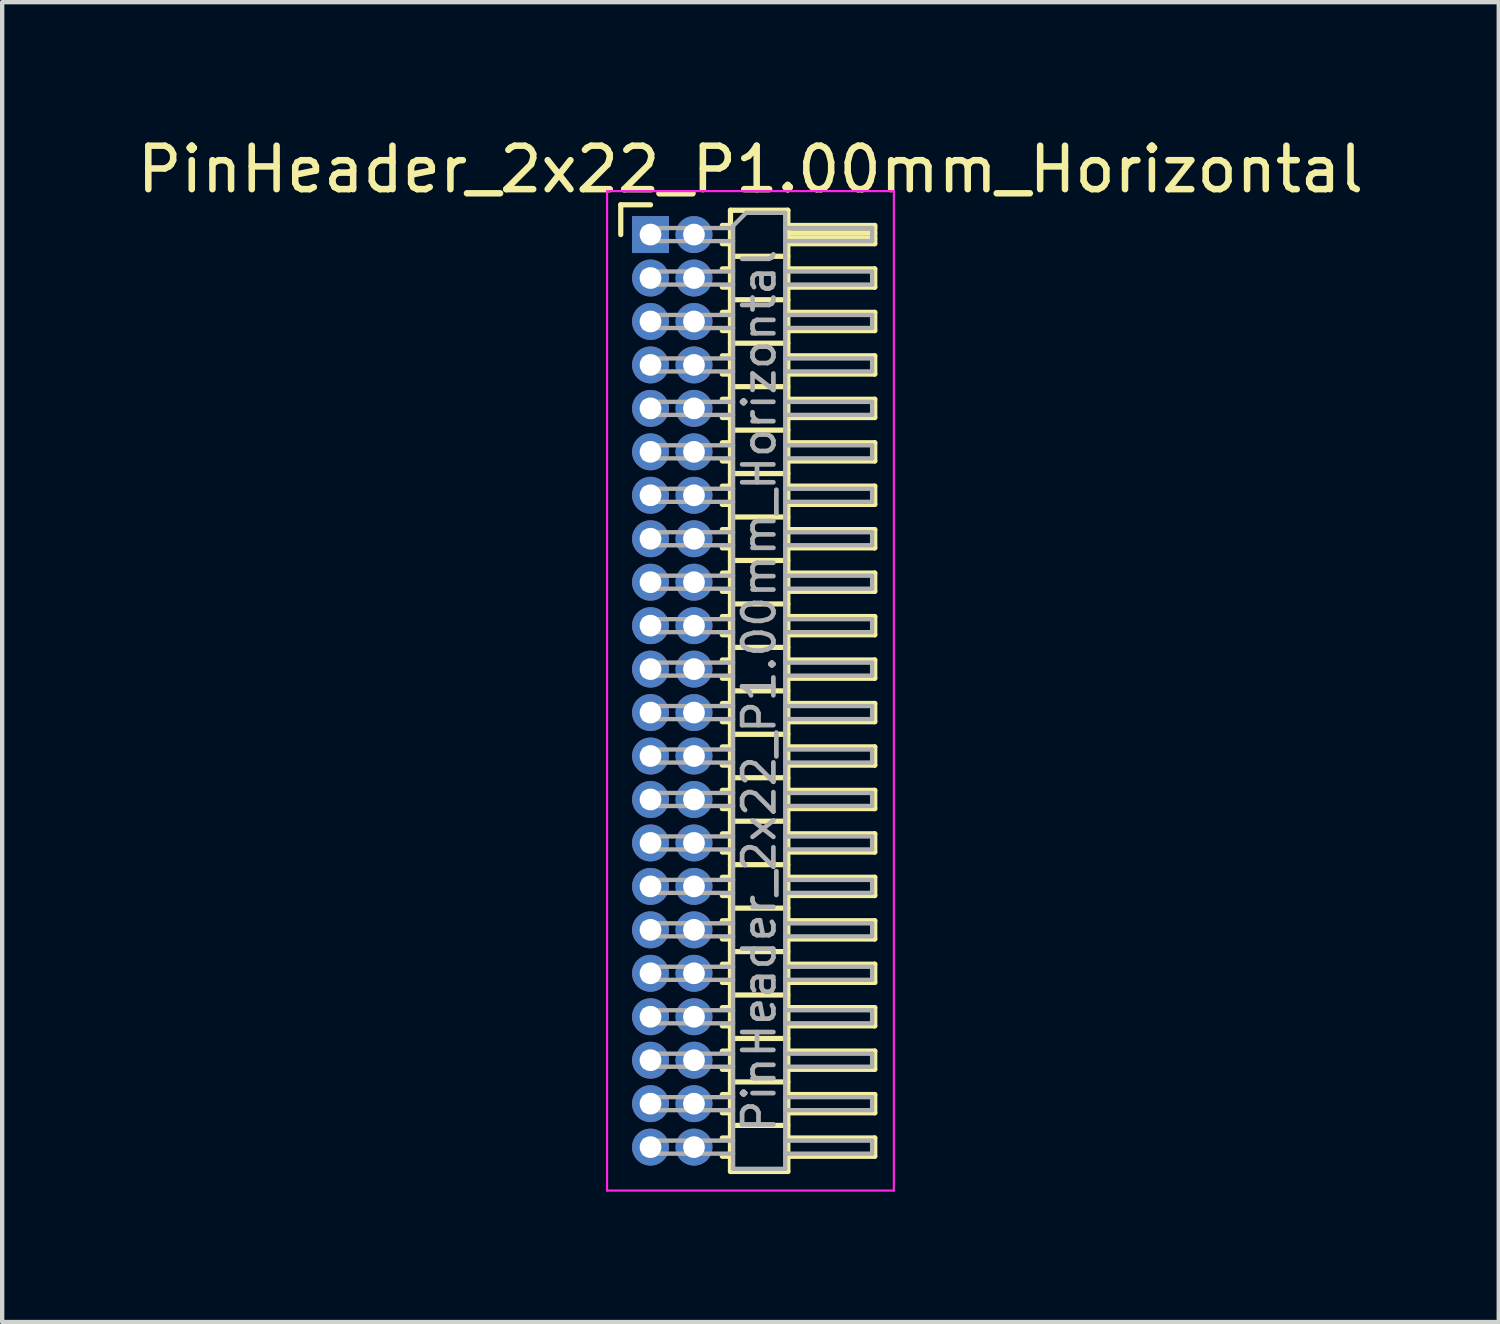
<source format=kicad_pcb>
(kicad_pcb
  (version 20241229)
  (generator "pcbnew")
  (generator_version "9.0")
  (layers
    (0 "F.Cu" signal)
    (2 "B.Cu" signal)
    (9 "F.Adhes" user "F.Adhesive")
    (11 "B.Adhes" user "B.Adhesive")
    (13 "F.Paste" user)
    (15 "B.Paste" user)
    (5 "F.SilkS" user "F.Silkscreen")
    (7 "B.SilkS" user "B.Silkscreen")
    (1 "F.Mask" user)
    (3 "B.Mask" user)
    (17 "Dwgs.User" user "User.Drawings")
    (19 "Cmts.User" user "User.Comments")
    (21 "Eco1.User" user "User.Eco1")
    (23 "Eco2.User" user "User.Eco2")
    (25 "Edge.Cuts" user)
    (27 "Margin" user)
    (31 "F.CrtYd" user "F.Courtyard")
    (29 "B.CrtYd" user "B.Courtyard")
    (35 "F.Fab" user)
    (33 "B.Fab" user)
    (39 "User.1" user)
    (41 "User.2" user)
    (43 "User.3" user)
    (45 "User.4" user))
  (footprint "PinHeader_2x22_P1.00mm_Horizontal"
    (layer "F.Cu")
    (at 11.92 2.348)
    (property "Reference" "PinHeader_2x22_P1.00mm_Horizontal" (at 2.3 -1.5 0) (layer "F.SilkS") (effects (font (size 1 1) (thickness 0.15))))
    (attr through_hole)
    (fp_line (start -0.685 -0.685) (end 0 -0.685) (stroke (width 0.12) (type solid)) (layer "F.SilkS"))
    (fp_line (start -0.685 0) (end -0.685 -0.685) (stroke (width 0.12) (type solid)) (layer "F.SilkS"))
    (fp_line (start 1.652 -0.21) (end 1.84 -0.21) (stroke (width 0.12) (type solid)) (layer "F.SilkS"))
    (fp_line (start 1.652 0.21) (end 1.84 0.21) (stroke (width 0.12) (type solid)) (layer "F.SilkS"))
    (fp_line (start 1.652 0.79) (end 1.84 0.79) (stroke (width 0.12) (type solid)) (layer "F.SilkS"))
    (fp_line (start 1.652 1.21) (end 1.84 1.21) (stroke (width 0.12) (type solid)) (layer "F.SilkS"))
    (fp_line (start 1.652 1.79) (end 1.84 1.79) (stroke (width 0.12) (type solid)) (layer "F.SilkS"))
    (fp_line (start 1.652 2.21) (end 1.84 2.21) (stroke (width 0.12) (type solid)) (layer "F.SilkS"))
    (fp_line (start 1.652 2.79) (end 1.84 2.79) (stroke (width 0.12) (type solid)) (layer "F.SilkS"))
    (fp_line (start 1.652 3.21) (end 1.84 3.21) (stroke (width 0.12) (type solid)) (layer "F.SilkS"))
    (fp_line (start 1.652 3.79) (end 1.84 3.79) (stroke (width 0.12) (type solid)) (layer "F.SilkS"))
    (fp_line (start 1.652 4.21) (end 1.84 4.21) (stroke (width 0.12) (type solid)) (layer "F.SilkS"))
    (fp_line (start 1.652 4.79) (end 1.84 4.79) (stroke (width 0.12) (type solid)) (layer "F.SilkS"))
    (fp_line (start 1.652 5.21) (end 1.84 5.21) (stroke (width 0.12) (type solid)) (layer "F.SilkS"))
    (fp_line (start 1.652 5.79) (end 1.84 5.79) (stroke (width 0.12) (type solid)) (layer "F.SilkS"))
    (fp_line (start 1.652 6.21) (end 1.84 6.21) (stroke (width 0.12) (type solid)) (layer "F.SilkS"))
    (fp_line (start 1.652 6.79) (end 1.84 6.79) (stroke (width 0.12) (type solid)) (layer "F.SilkS"))
    (fp_line (start 1.652 7.21) (end 1.84 7.21) (stroke (width 0.12) (type solid)) (layer "F.SilkS"))
    (fp_line (start 1.652 7.79) (end 1.84 7.79) (stroke (width 0.12) (type solid)) (layer "F.SilkS"))
    (fp_line (start 1.652 8.21) (end 1.84 8.21) (stroke (width 0.12) (type solid)) (layer "F.SilkS"))
    (fp_line (start 1.652 8.79) (end 1.84 8.79) (stroke (width 0.12) (type solid)) (layer "F.SilkS"))
    (fp_line (start 1.652 9.21) (end 1.84 9.21) (stroke (width 0.12) (type solid)) (layer "F.SilkS"))
    (fp_line (start 1.652 9.79) (end 1.84 9.79) (stroke (width 0.12) (type solid)) (layer "F.SilkS"))
    (fp_line (start 1.652 10.21) (end 1.84 10.21) (stroke (width 0.12) (type solid)) (layer "F.SilkS"))
    (fp_line (start 1.652 10.79) (end 1.84 10.79) (stroke (width 0.12) (type solid)) (layer "F.SilkS"))
    (fp_line (start 1.652 11.21) (end 1.84 11.21) (stroke (width 0.12) (type solid)) (layer "F.SilkS"))
    (fp_line (start 1.652 11.79) (end 1.84 11.79) (stroke (width 0.12) (type solid)) (layer "F.SilkS"))
    (fp_line (start 1.652 12.21) (end 1.84 12.21) (stroke (width 0.12) (type solid)) (layer "F.SilkS"))
    (fp_line (start 1.652 12.79) (end 1.84 12.79) (stroke (width 0.12) (type solid)) (layer "F.SilkS"))
    (fp_line (start 1.652 13.21) (end 1.84 13.21) (stroke (width 0.12) (type solid)) (layer "F.SilkS"))
    (fp_line (start 1.652 13.79) (end 1.84 13.79) (stroke (width 0.12) (type solid)) (layer "F.SilkS"))
    (fp_line (start 1.652 14.21) (end 1.84 14.21) (stroke (width 0.12) (type solid)) (layer "F.SilkS"))
    (fp_line (start 1.652 14.79) (end 1.84 14.79) (stroke (width 0.12) (type solid)) (layer "F.SilkS"))
    (fp_line (start 1.652 15.21) (end 1.84 15.21) (stroke (width 0.12) (type solid)) (layer "F.SilkS"))
    (fp_line (start 1.652 15.79) (end 1.84 15.79) (stroke (width 0.12) (type solid)) (layer "F.SilkS"))
    (fp_line (start 1.652 16.21) (end 1.84 16.21) (stroke (width 0.12) (type solid)) (layer "F.SilkS"))
    (fp_line (start 1.652 16.79) (end 1.84 16.79) (stroke (width 0.12) (type solid)) (layer "F.SilkS"))
    (fp_line (start 1.652 17.21) (end 1.84 17.21) (stroke (width 0.12) (type solid)) (layer "F.SilkS"))
    (fp_line (start 1.652 17.79) (end 1.84 17.79) (stroke (width 0.12) (type solid)) (layer "F.SilkS"))
    (fp_line (start 1.652 18.21) (end 1.84 18.21) (stroke (width 0.12) (type solid)) (layer "F.SilkS"))
    (fp_line (start 1.652 18.79) (end 1.84 18.79) (stroke (width 0.12) (type solid)) (layer "F.SilkS"))
    (fp_line (start 1.652 19.21) (end 1.84 19.21) (stroke (width 0.12) (type solid)) (layer "F.SilkS"))
    (fp_line (start 1.652 19.79) (end 1.84 19.79) (stroke (width 0.12) (type solid)) (layer "F.SilkS"))
    (fp_line (start 1.652 20.21) (end 1.84 20.21) (stroke (width 0.12) (type solid)) (layer "F.SilkS"))
    (fp_line (start 1.652 20.79) (end 1.84 20.79) (stroke (width 0.12) (type solid)) (layer "F.SilkS"))
    (fp_line (start 1.652 21.21) (end 1.84 21.21) (stroke (width 0.12) (type solid)) (layer "F.SilkS"))
    (fp_line (start 1.84 -0.56) (end 1.84 21.56) (stroke (width 0.12) (type solid)) (layer "F.SilkS"))
    (fp_line (start 1.84 0.5) (end 3.16 0.5) (stroke (width 0.12) (type solid)) (layer "F.SilkS"))
    (fp_line (start 1.84 1.5) (end 3.16 1.5) (stroke (width 0.12) (type solid)) (layer "F.SilkS"))
    (fp_line (start 1.84 2.5) (end 3.16 2.5) (stroke (width 0.12) (type solid)) (layer "F.SilkS"))
    (fp_line (start 1.84 3.5) (end 3.16 3.5) (stroke (width 0.12) (type solid)) (layer "F.SilkS"))
    (fp_line (start 1.84 4.5) (end 3.16 4.5) (stroke (width 0.12) (type solid)) (layer "F.SilkS"))
    (fp_line (start 1.84 5.5) (end 3.16 5.5) (stroke (width 0.12) (type solid)) (layer "F.SilkS"))
    (fp_line (start 1.84 6.5) (end 3.16 6.5) (stroke (width 0.12) (type solid)) (layer "F.SilkS"))
    (fp_line (start 1.84 7.5) (end 3.16 7.5) (stroke (width 0.12) (type solid)) (layer "F.SilkS"))
    (fp_line (start 1.84 8.5) (end 3.16 8.5) (stroke (width 0.12) (type solid)) (layer "F.SilkS"))
    (fp_line (start 1.84 9.5) (end 3.16 9.5) (stroke (width 0.12) (type solid)) (layer "F.SilkS"))
    (fp_line (start 1.84 10.5) (end 3.16 10.5) (stroke (width 0.12) (type solid)) (layer "F.SilkS"))
    (fp_line (start 1.84 11.5) (end 3.16 11.5) (stroke (width 0.12) (type solid)) (layer "F.SilkS"))
    (fp_line (start 1.84 12.5) (end 3.16 12.5) (stroke (width 0.12) (type solid)) (layer "F.SilkS"))
    (fp_line (start 1.84 13.5) (end 3.16 13.5) (stroke (width 0.12) (type solid)) (layer "F.SilkS"))
    (fp_line (start 1.84 14.5) (end 3.16 14.5) (stroke (width 0.12) (type solid)) (layer "F.SilkS"))
    (fp_line (start 1.84 15.5) (end 3.16 15.5) (stroke (width 0.12) (type solid)) (layer "F.SilkS"))
    (fp_line (start 1.84 16.5) (end 3.16 16.5) (stroke (width 0.12) (type solid)) (layer "F.SilkS"))
    (fp_line (start 1.84 17.5) (end 3.16 17.5) (stroke (width 0.12) (type solid)) (layer "F.SilkS"))
    (fp_line (start 1.84 18.5) (end 3.16 18.5) (stroke (width 0.12) (type solid)) (layer "F.SilkS"))
    (fp_line (start 1.84 19.5) (end 3.16 19.5) (stroke (width 0.12) (type solid)) (layer "F.SilkS"))
    (fp_line (start 1.84 20.5) (end 3.16 20.5) (stroke (width 0.12) (type solid)) (layer "F.SilkS"))
    (fp_line (start 1.84 21.56) (end 3.16 21.56) (stroke (width 0.12) (type solid)) (layer "F.SilkS"))
    (fp_line (start 3.16 -0.56) (end 1.84 -0.56) (stroke (width 0.12) (type solid)) (layer "F.SilkS"))
    (fp_line (start 3.16 -0.21) (end 5.16 -0.21) (stroke (width 0.12) (type solid)) (layer "F.SilkS"))
    (fp_line (start 3.16 -0.15) (end 5.16 -0.15) (stroke (width 0.12) (type solid)) (layer "F.SilkS"))
    (fp_line (start 3.16 -0.03) (end 5.16 -0.03) (stroke (width 0.12) (type solid)) (layer "F.SilkS"))
    (fp_line (start 3.16 0.09) (end 5.16 0.09) (stroke (width 0.12) (type solid)) (layer "F.SilkS"))
    (fp_line (start 3.16 0.79) (end 5.16 0.79) (stroke (width 0.12) (type solid)) (layer "F.SilkS"))
    (fp_line (start 3.16 1.79) (end 5.16 1.79) (stroke (width 0.12) (type solid)) (layer "F.SilkS"))
    (fp_line (start 3.16 2.79) (end 5.16 2.79) (stroke (width 0.12) (type solid)) (layer "F.SilkS"))
    (fp_line (start 3.16 3.79) (end 5.16 3.79) (stroke (width 0.12) (type solid)) (layer "F.SilkS"))
    (fp_line (start 3.16 4.79) (end 5.16 4.79) (stroke (width 0.12) (type solid)) (layer "F.SilkS"))
    (fp_line (start 3.16 5.79) (end 5.16 5.79) (stroke (width 0.12) (type solid)) (layer "F.SilkS"))
    (fp_line (start 3.16 6.79) (end 5.16 6.79) (stroke (width 0.12) (type solid)) (layer "F.SilkS"))
    (fp_line (start 3.16 7.79) (end 5.16 7.79) (stroke (width 0.12) (type solid)) (layer "F.SilkS"))
    (fp_line (start 3.16 8.79) (end 5.16 8.79) (stroke (width 0.12) (type solid)) (layer "F.SilkS"))
    (fp_line (start 3.16 9.79) (end 5.16 9.79) (stroke (width 0.12) (type solid)) (layer "F.SilkS"))
    (fp_line (start 3.16 10.79) (end 5.16 10.79) (stroke (width 0.12) (type solid)) (layer "F.SilkS"))
    (fp_line (start 3.16 11.79) (end 5.16 11.79) (stroke (width 0.12) (type solid)) (layer "F.SilkS"))
    (fp_line (start 3.16 12.79) (end 5.16 12.79) (stroke (width 0.12) (type solid)) (layer "F.SilkS"))
    (fp_line (start 3.16 13.79) (end 5.16 13.79) (stroke (width 0.12) (type solid)) (layer "F.SilkS"))
    (fp_line (start 3.16 14.79) (end 5.16 14.79) (stroke (width 0.12) (type solid)) (layer "F.SilkS"))
    (fp_line (start 3.16 15.79) (end 5.16 15.79) (stroke (width 0.12) (type solid)) (layer "F.SilkS"))
    (fp_line (start 3.16 16.79) (end 5.16 16.79) (stroke (width 0.12) (type solid)) (layer "F.SilkS"))
    (fp_line (start 3.16 17.79) (end 5.16 17.79) (stroke (width 0.12) (type solid)) (layer "F.SilkS"))
    (fp_line (start 3.16 18.79) (end 5.16 18.79) (stroke (width 0.12) (type solid)) (layer "F.SilkS"))
    (fp_line (start 3.16 19.79) (end 5.16 19.79) (stroke (width 0.12) (type solid)) (layer "F.SilkS"))
    (fp_line (start 3.16 20.79) (end 5.16 20.79) (stroke (width 0.12) (type solid)) (layer "F.SilkS"))
    (fp_line (start 3.16 21.56) (end 3.16 -0.56) (stroke (width 0.12) (type solid)) (layer "F.SilkS"))
    (fp_line (start 5.16 -0.21) (end 5.16 0.21) (stroke (width 0.12) (type solid)) (layer "F.SilkS"))
    (fp_line (start 5.16 0.21) (end 3.16 0.21) (stroke (width 0.12) (type solid)) (layer "F.SilkS"))
    (fp_line (start 5.16 0.79) (end 5.16 1.21) (stroke (width 0.12) (type solid)) (layer "F.SilkS"))
    (fp_line (start 5.16 1.21) (end 3.16 1.21) (stroke (width 0.12) (type solid)) (layer "F.SilkS"))
    (fp_line (start 5.16 1.79) (end 5.16 2.21) (stroke (width 0.12) (type solid)) (layer "F.SilkS"))
    (fp_line (start 5.16 2.21) (end 3.16 2.21) (stroke (width 0.12) (type solid)) (layer "F.SilkS"))
    (fp_line (start 5.16 2.79) (end 5.16 3.21) (stroke (width 0.12) (type solid)) (layer "F.SilkS"))
    (fp_line (start 5.16 3.21) (end 3.16 3.21) (stroke (width 0.12) (type solid)) (layer "F.SilkS"))
    (fp_line (start 5.16 3.79) (end 5.16 4.21) (stroke (width 0.12) (type solid)) (layer "F.SilkS"))
    (fp_line (start 5.16 4.21) (end 3.16 4.21) (stroke (width 0.12) (type solid)) (layer "F.SilkS"))
    (fp_line (start 5.16 4.79) (end 5.16 5.21) (stroke (width 0.12) (type solid)) (layer "F.SilkS"))
    (fp_line (start 5.16 5.21) (end 3.16 5.21) (stroke (width 0.12) (type solid)) (layer "F.SilkS"))
    (fp_line (start 5.16 5.79) (end 5.16 6.21) (stroke (width 0.12) (type solid)) (layer "F.SilkS"))
    (fp_line (start 5.16 6.21) (end 3.16 6.21) (stroke (width 0.12) (type solid)) (layer "F.SilkS"))
    (fp_line (start 5.16 6.79) (end 5.16 7.21) (stroke (width 0.12) (type solid)) (layer "F.SilkS"))
    (fp_line (start 5.16 7.21) (end 3.16 7.21) (stroke (width 0.12) (type solid)) (layer "F.SilkS"))
    (fp_line (start 5.16 7.79) (end 5.16 8.21) (stroke (width 0.12) (type solid)) (layer "F.SilkS"))
    (fp_line (start 5.16 8.21) (end 3.16 8.21) (stroke (width 0.12) (type solid)) (layer "F.SilkS"))
    (fp_line (start 5.16 8.79) (end 5.16 9.21) (stroke (width 0.12) (type solid)) (layer "F.SilkS"))
    (fp_line (start 5.16 9.21) (end 3.16 9.21) (stroke (width 0.12) (type solid)) (layer "F.SilkS"))
    (fp_line (start 5.16 9.79) (end 5.16 10.21) (stroke (width 0.12) (type solid)) (layer "F.SilkS"))
    (fp_line (start 5.16 10.21) (end 3.16 10.21) (stroke (width 0.12) (type solid)) (layer "F.SilkS"))
    (fp_line (start 5.16 10.79) (end 5.16 11.21) (stroke (width 0.12) (type solid)) (layer "F.SilkS"))
    (fp_line (start 5.16 11.21) (end 3.16 11.21) (stroke (width 0.12) (type solid)) (layer "F.SilkS"))
    (fp_line (start 5.16 11.79) (end 5.16 12.21) (stroke (width 0.12) (type solid)) (layer "F.SilkS"))
    (fp_line (start 5.16 12.21) (end 3.16 12.21) (stroke (width 0.12) (type solid)) (layer "F.SilkS"))
    (fp_line (start 5.16 12.79) (end 5.16 13.21) (stroke (width 0.12) (type solid)) (layer "F.SilkS"))
    (fp_line (start 5.16 13.21) (end 3.16 13.21) (stroke (width 0.12) (type solid)) (layer "F.SilkS"))
    (fp_line (start 5.16 13.79) (end 5.16 14.21) (stroke (width 0.12) (type solid)) (layer "F.SilkS"))
    (fp_line (start 5.16 14.21) (end 3.16 14.21) (stroke (width 0.12) (type solid)) (layer "F.SilkS"))
    (fp_line (start 5.16 14.79) (end 5.16 15.21) (stroke (width 0.12) (type solid)) (layer "F.SilkS"))
    (fp_line (start 5.16 15.21) (end 3.16 15.21) (stroke (width 0.12) (type solid)) (layer "F.SilkS"))
    (fp_line (start 5.16 15.79) (end 5.16 16.21) (stroke (width 0.12) (type solid)) (layer "F.SilkS"))
    (fp_line (start 5.16 16.21) (end 3.16 16.21) (stroke (width 0.12) (type solid)) (layer "F.SilkS"))
    (fp_line (start 5.16 16.79) (end 5.16 17.21) (stroke (width 0.12) (type solid)) (layer "F.SilkS"))
    (fp_line (start 5.16 17.21) (end 3.16 17.21) (stroke (width 0.12) (type solid)) (layer "F.SilkS"))
    (fp_line (start 5.16 17.79) (end 5.16 18.21) (stroke (width 0.12) (type solid)) (layer "F.SilkS"))
    (fp_line (start 5.16 18.21) (end 3.16 18.21) (stroke (width 0.12) (type solid)) (layer "F.SilkS"))
    (fp_line (start 5.16 18.79) (end 5.16 19.21) (stroke (width 0.12) (type solid)) (layer "F.SilkS"))
    (fp_line (start 5.16 19.21) (end 3.16 19.21) (stroke (width 0.12) (type solid)) (layer "F.SilkS"))
    (fp_line (start 5.16 19.79) (end 5.16 20.21) (stroke (width 0.12) (type solid)) (layer "F.SilkS"))
    (fp_line (start 5.16 20.21) (end 3.16 20.21) (stroke (width 0.12) (type solid)) (layer "F.SilkS"))
    (fp_line (start 5.16 20.79) (end 5.16 21.21) (stroke (width 0.12) (type solid)) (layer "F.SilkS"))
    (fp_line (start 5.16 21.21) (end 3.16 21.21) (stroke (width 0.12) (type solid)) (layer "F.SilkS"))
    (fp_line (start -1 -1) (end -1 22) (stroke (width 0.05) (type solid)) (layer "F.CrtYd"))
    (fp_line (start -1 22) (end 5.6 22) (stroke (width 0.05) (type solid)) (layer "F.CrtYd"))
    (fp_line (start 5.6 -1) (end -1 -1) (stroke (width 0.05) (type solid)) (layer "F.CrtYd"))
    (fp_line (start 5.6 22) (end 5.6 -1) (stroke (width 0.05) (type solid)) (layer "F.CrtYd"))
    (fp_line (start -0.15 -0.15) (end -0.15 0.15) (stroke (width 0.1) (type solid)) (layer "F.Fab"))
    (fp_line (start -0.15 -0.15) (end 1.9 -0.15) (stroke (width 0.1) (type solid)) (layer "F.Fab"))
    (fp_line (start -0.15 0.15) (end 1.9 0.15) (stroke (width 0.1) (type solid)) (layer "F.Fab"))
    (fp_line (start -0.15 0.85) (end -0.15 1.15) (stroke (width 0.1) (type solid)) (layer "F.Fab"))
    (fp_line (start -0.15 0.85) (end 1.9 0.85) (stroke (width 0.1) (type solid)) (layer "F.Fab"))
    (fp_line (start -0.15 1.15) (end 1.9 1.15) (stroke (width 0.1) (type solid)) (layer "F.Fab"))
    (fp_line (start -0.15 1.85) (end -0.15 2.15) (stroke (width 0.1) (type solid)) (layer "F.Fab"))
    (fp_line (start -0.15 1.85) (end 1.9 1.85) (stroke (width 0.1) (type solid)) (layer "F.Fab"))
    (fp_line (start -0.15 2.15) (end 1.9 2.15) (stroke (width 0.1) (type solid)) (layer "F.Fab"))
    (fp_line (start -0.15 2.85) (end -0.15 3.15) (stroke (width 0.1) (type solid)) (layer "F.Fab"))
    (fp_line (start -0.15 2.85) (end 1.9 2.85) (stroke (width 0.1) (type solid)) (layer "F.Fab"))
    (fp_line (start -0.15 3.15) (end 1.9 3.15) (stroke (width 0.1) (type solid)) (layer "F.Fab"))
    (fp_line (start -0.15 3.85) (end -0.15 4.15) (stroke (width 0.1) (type solid)) (layer "F.Fab"))
    (fp_line (start -0.15 3.85) (end 1.9 3.85) (stroke (width 0.1) (type solid)) (layer "F.Fab"))
    (fp_line (start -0.15 4.15) (end 1.9 4.15) (stroke (width 0.1) (type solid)) (layer "F.Fab"))
    (fp_line (start -0.15 4.85) (end -0.15 5.15) (stroke (width 0.1) (type solid)) (layer "F.Fab"))
    (fp_line (start -0.15 4.85) (end 1.9 4.85) (stroke (width 0.1) (type solid)) (layer "F.Fab"))
    (fp_line (start -0.15 5.15) (end 1.9 5.15) (stroke (width 0.1) (type solid)) (layer "F.Fab"))
    (fp_line (start -0.15 5.85) (end -0.15 6.15) (stroke (width 0.1) (type solid)) (layer "F.Fab"))
    (fp_line (start -0.15 5.85) (end 1.9 5.85) (stroke (width 0.1) (type solid)) (layer "F.Fab"))
    (fp_line (start -0.15 6.15) (end 1.9 6.15) (stroke (width 0.1) (type solid)) (layer "F.Fab"))
    (fp_line (start -0.15 6.85) (end -0.15 7.15) (stroke (width 0.1) (type solid)) (layer "F.Fab"))
    (fp_line (start -0.15 6.85) (end 1.9 6.85) (stroke (width 0.1) (type solid)) (layer "F.Fab"))
    (fp_line (start -0.15 7.15) (end 1.9 7.15) (stroke (width 0.1) (type solid)) (layer "F.Fab"))
    (fp_line (start -0.15 7.85) (end -0.15 8.15) (stroke (width 0.1) (type solid)) (layer "F.Fab"))
    (fp_line (start -0.15 7.85) (end 1.9 7.85) (stroke (width 0.1) (type solid)) (layer "F.Fab"))
    (fp_line (start -0.15 8.15) (end 1.9 8.15) (stroke (width 0.1) (type solid)) (layer "F.Fab"))
    (fp_line (start -0.15 8.85) (end -0.15 9.15) (stroke (width 0.1) (type solid)) (layer "F.Fab"))
    (fp_line (start -0.15 8.85) (end 1.9 8.85) (stroke (width 0.1) (type solid)) (layer "F.Fab"))
    (fp_line (start -0.15 9.15) (end 1.9 9.15) (stroke (width 0.1) (type solid)) (layer "F.Fab"))
    (fp_line (start -0.15 9.85) (end -0.15 10.15) (stroke (width 0.1) (type solid)) (layer "F.Fab"))
    (fp_line (start -0.15 9.85) (end 1.9 9.85) (stroke (width 0.1) (type solid)) (layer "F.Fab"))
    (fp_line (start -0.15 10.15) (end 1.9 10.15) (stroke (width 0.1) (type solid)) (layer "F.Fab"))
    (fp_line (start -0.15 10.85) (end -0.15 11.15) (stroke (width 0.1) (type solid)) (layer "F.Fab"))
    (fp_line (start -0.15 10.85) (end 1.9 10.85) (stroke (width 0.1) (type solid)) (layer "F.Fab"))
    (fp_line (start -0.15 11.15) (end 1.9 11.15) (stroke (width 0.1) (type solid)) (layer "F.Fab"))
    (fp_line (start -0.15 11.85) (end -0.15 12.15) (stroke (width 0.1) (type solid)) (layer "F.Fab"))
    (fp_line (start -0.15 11.85) (end 1.9 11.85) (stroke (width 0.1) (type solid)) (layer "F.Fab"))
    (fp_line (start -0.15 12.15) (end 1.9 12.15) (stroke (width 0.1) (type solid)) (layer "F.Fab"))
    (fp_line (start -0.15 12.85) (end -0.15 13.15) (stroke (width 0.1) (type solid)) (layer "F.Fab"))
    (fp_line (start -0.15 12.85) (end 1.9 12.85) (stroke (width 0.1) (type solid)) (layer "F.Fab"))
    (fp_line (start -0.15 13.15) (end 1.9 13.15) (stroke (width 0.1) (type solid)) (layer "F.Fab"))
    (fp_line (start -0.15 13.85) (end -0.15 14.15) (stroke (width 0.1) (type solid)) (layer "F.Fab"))
    (fp_line (start -0.15 13.85) (end 1.9 13.85) (stroke (width 0.1) (type solid)) (layer "F.Fab"))
    (fp_line (start -0.15 14.15) (end 1.9 14.15) (stroke (width 0.1) (type solid)) (layer "F.Fab"))
    (fp_line (start -0.15 14.85) (end -0.15 15.15) (stroke (width 0.1) (type solid)) (layer "F.Fab"))
    (fp_line (start -0.15 14.85) (end 1.9 14.85) (stroke (width 0.1) (type solid)) (layer "F.Fab"))
    (fp_line (start -0.15 15.15) (end 1.9 15.15) (stroke (width 0.1) (type solid)) (layer "F.Fab"))
    (fp_line (start -0.15 15.85) (end -0.15 16.15) (stroke (width 0.1) (type solid)) (layer "F.Fab"))
    (fp_line (start -0.15 15.85) (end 1.9 15.85) (stroke (width 0.1) (type solid)) (layer "F.Fab"))
    (fp_line (start -0.15 16.15) (end 1.9 16.15) (stroke (width 0.1) (type solid)) (layer "F.Fab"))
    (fp_line (start -0.15 16.85) (end -0.15 17.15) (stroke (width 0.1) (type solid)) (layer "F.Fab"))
    (fp_line (start -0.15 16.85) (end 1.9 16.85) (stroke (width 0.1) (type solid)) (layer "F.Fab"))
    (fp_line (start -0.15 17.15) (end 1.9 17.15) (stroke (width 0.1) (type solid)) (layer "F.Fab"))
    (fp_line (start -0.15 17.85) (end -0.15 18.15) (stroke (width 0.1) (type solid)) (layer "F.Fab"))
    (fp_line (start -0.15 17.85) (end 1.9 17.85) (stroke (width 0.1) (type solid)) (layer "F.Fab"))
    (fp_line (start -0.15 18.15) (end 1.9 18.15) (stroke (width 0.1) (type solid)) (layer "F.Fab"))
    (fp_line (start -0.15 18.85) (end -0.15 19.15) (stroke (width 0.1) (type solid)) (layer "F.Fab"))
    (fp_line (start -0.15 18.85) (end 1.9 18.85) (stroke (width 0.1) (type solid)) (layer "F.Fab"))
    (fp_line (start -0.15 19.15) (end 1.9 19.15) (stroke (width 0.1) (type solid)) (layer "F.Fab"))
    (fp_line (start -0.15 19.85) (end -0.15 20.15) (stroke (width 0.1) (type solid)) (layer "F.Fab"))
    (fp_line (start -0.15 19.85) (end 1.9 19.85) (stroke (width 0.1) (type solid)) (layer "F.Fab"))
    (fp_line (start -0.15 20.15) (end 1.9 20.15) (stroke (width 0.1) (type solid)) (layer "F.Fab"))
    (fp_line (start -0.15 20.85) (end -0.15 21.15) (stroke (width 0.1) (type solid)) (layer "F.Fab"))
    (fp_line (start -0.15 20.85) (end 1.9 20.85) (stroke (width 0.1) (type solid)) (layer "F.Fab"))
    (fp_line (start -0.15 21.15) (end 1.9 21.15) (stroke (width 0.1) (type solid)) (layer "F.Fab"))
    (fp_line (start 1.9 -0.2) (end 2.2 -0.5) (stroke (width 0.1) (type solid)) (layer "F.Fab"))
    (fp_line (start 1.9 21.5) (end 1.9 -0.2) (stroke (width 0.1) (type solid)) (layer "F.Fab"))
    (fp_line (start 2.2 -0.5) (end 3.1 -0.5) (stroke (width 0.1) (type solid)) (layer "F.Fab"))
    (fp_line (start 3.1 -0.5) (end 3.1 21.5) (stroke (width 0.1) (type solid)) (layer "F.Fab"))
    (fp_line (start 3.1 -0.15) (end 5.1 -0.15) (stroke (width 0.1) (type solid)) (layer "F.Fab"))
    (fp_line (start 3.1 0.15) (end 5.1 0.15) (stroke (width 0.1) (type solid)) (layer "F.Fab"))
    (fp_line (start 3.1 0.85) (end 5.1 0.85) (stroke (width 0.1) (type solid)) (layer "F.Fab"))
    (fp_line (start 3.1 1.15) (end 5.1 1.15) (stroke (width 0.1) (type solid)) (layer "F.Fab"))
    (fp_line (start 3.1 1.85) (end 5.1 1.85) (stroke (width 0.1) (type solid)) (layer "F.Fab"))
    (fp_line (start 3.1 2.15) (end 5.1 2.15) (stroke (width 0.1) (type solid)) (layer "F.Fab"))
    (fp_line (start 3.1 2.85) (end 5.1 2.85) (stroke (width 0.1) (type solid)) (layer "F.Fab"))
    (fp_line (start 3.1 3.15) (end 5.1 3.15) (stroke (width 0.1) (type solid)) (layer "F.Fab"))
    (fp_line (start 3.1 3.85) (end 5.1 3.85) (stroke (width 0.1) (type solid)) (layer "F.Fab"))
    (fp_line (start 3.1 4.15) (end 5.1 4.15) (stroke (width 0.1) (type solid)) (layer "F.Fab"))
    (fp_line (start 3.1 4.85) (end 5.1 4.85) (stroke (width 0.1) (type solid)) (layer "F.Fab"))
    (fp_line (start 3.1 5.15) (end 5.1 5.15) (stroke (width 0.1) (type solid)) (layer "F.Fab"))
    (fp_line (start 3.1 5.85) (end 5.1 5.85) (stroke (width 0.1) (type solid)) (layer "F.Fab"))
    (fp_line (start 3.1 6.15) (end 5.1 6.15) (stroke (width 0.1) (type solid)) (layer "F.Fab"))
    (fp_line (start 3.1 6.85) (end 5.1 6.85) (stroke (width 0.1) (type solid)) (layer "F.Fab"))
    (fp_line (start 3.1 7.15) (end 5.1 7.15) (stroke (width 0.1) (type solid)) (layer "F.Fab"))
    (fp_line (start 3.1 7.85) (end 5.1 7.85) (stroke (width 0.1) (type solid)) (layer "F.Fab"))
    (fp_line (start 3.1 8.15) (end 5.1 8.15) (stroke (width 0.1) (type solid)) (layer "F.Fab"))
    (fp_line (start 3.1 8.85) (end 5.1 8.85) (stroke (width 0.1) (type solid)) (layer "F.Fab"))
    (fp_line (start 3.1 9.15) (end 5.1 9.15) (stroke (width 0.1) (type solid)) (layer "F.Fab"))
    (fp_line (start 3.1 9.85) (end 5.1 9.85) (stroke (width 0.1) (type solid)) (layer "F.Fab"))
    (fp_line (start 3.1 10.15) (end 5.1 10.15) (stroke (width 0.1) (type solid)) (layer "F.Fab"))
    (fp_line (start 3.1 10.85) (end 5.1 10.85) (stroke (width 0.1) (type solid)) (layer "F.Fab"))
    (fp_line (start 3.1 11.15) (end 5.1 11.15) (stroke (width 0.1) (type solid)) (layer "F.Fab"))
    (fp_line (start 3.1 11.85) (end 5.1 11.85) (stroke (width 0.1) (type solid)) (layer "F.Fab"))
    (fp_line (start 3.1 12.15) (end 5.1 12.15) (stroke (width 0.1) (type solid)) (layer "F.Fab"))
    (fp_line (start 3.1 12.85) (end 5.1 12.85) (stroke (width 0.1) (type solid)) (layer "F.Fab"))
    (fp_line (start 3.1 13.15) (end 5.1 13.15) (stroke (width 0.1) (type solid)) (layer "F.Fab"))
    (fp_line (start 3.1 13.85) (end 5.1 13.85) (stroke (width 0.1) (type solid)) (layer "F.Fab"))
    (fp_line (start 3.1 14.15) (end 5.1 14.15) (stroke (width 0.1) (type solid)) (layer "F.Fab"))
    (fp_line (start 3.1 14.85) (end 5.1 14.85) (stroke (width 0.1) (type solid)) (layer "F.Fab"))
    (fp_line (start 3.1 15.15) (end 5.1 15.15) (stroke (width 0.1) (type solid)) (layer "F.Fab"))
    (fp_line (start 3.1 15.85) (end 5.1 15.85) (stroke (width 0.1) (type solid)) (layer "F.Fab"))
    (fp_line (start 3.1 16.15) (end 5.1 16.15) (stroke (width 0.1) (type solid)) (layer "F.Fab"))
    (fp_line (start 3.1 16.85) (end 5.1 16.85) (stroke (width 0.1) (type solid)) (layer "F.Fab"))
    (fp_line (start 3.1 17.15) (end 5.1 17.15) (stroke (width 0.1) (type solid)) (layer "F.Fab"))
    (fp_line (start 3.1 17.85) (end 5.1 17.85) (stroke (width 0.1) (type solid)) (layer "F.Fab"))
    (fp_line (start 3.1 18.15) (end 5.1 18.15) (stroke (width 0.1) (type solid)) (layer "F.Fab"))
    (fp_line (start 3.1 18.85) (end 5.1 18.85) (stroke (width 0.1) (type solid)) (layer "F.Fab"))
    (fp_line (start 3.1 19.15) (end 5.1 19.15) (stroke (width 0.1) (type solid)) (layer "F.Fab"))
    (fp_line (start 3.1 19.85) (end 5.1 19.85) (stroke (width 0.1) (type solid)) (layer "F.Fab"))
    (fp_line (start 3.1 20.15) (end 5.1 20.15) (stroke (width 0.1) (type solid)) (layer "F.Fab"))
    (fp_line (start 3.1 20.85) (end 5.1 20.85) (stroke (width 0.1) (type solid)) (layer "F.Fab"))
    (fp_line (start 3.1 21.15) (end 5.1 21.15) (stroke (width 0.1) (type solid)) (layer "F.Fab"))
    (fp_line (start 3.1 21.5) (end 1.9 21.5) (stroke (width 0.1) (type solid)) (layer "F.Fab"))
    (fp_line (start 5.1 -0.15) (end 5.1 0.15) (stroke (width 0.1) (type solid)) (layer "F.Fab"))
    (fp_line (start 5.1 0.85) (end 5.1 1.15) (stroke (width 0.1) (type solid)) (layer "F.Fab"))
    (fp_line (start 5.1 1.85) (end 5.1 2.15) (stroke (width 0.1) (type solid)) (layer "F.Fab"))
    (fp_line (start 5.1 2.85) (end 5.1 3.15) (stroke (width 0.1) (type solid)) (layer "F.Fab"))
    (fp_line (start 5.1 3.85) (end 5.1 4.15) (stroke (width 0.1) (type solid)) (layer "F.Fab"))
    (fp_line (start 5.1 4.85) (end 5.1 5.15) (stroke (width 0.1) (type solid)) (layer "F.Fab"))
    (fp_line (start 5.1 5.85) (end 5.1 6.15) (stroke (width 0.1) (type solid)) (layer "F.Fab"))
    (fp_line (start 5.1 6.85) (end 5.1 7.15) (stroke (width 0.1) (type solid)) (layer "F.Fab"))
    (fp_line (start 5.1 7.85) (end 5.1 8.15) (stroke (width 0.1) (type solid)) (layer "F.Fab"))
    (fp_line (start 5.1 8.85) (end 5.1 9.15) (stroke (width 0.1) (type solid)) (layer "F.Fab"))
    (fp_line (start 5.1 9.85) (end 5.1 10.15) (stroke (width 0.1) (type solid)) (layer "F.Fab"))
    (fp_line (start 5.1 10.85) (end 5.1 11.15) (stroke (width 0.1) (type solid)) (layer "F.Fab"))
    (fp_line (start 5.1 11.85) (end 5.1 12.15) (stroke (width 0.1) (type solid)) (layer "F.Fab"))
    (fp_line (start 5.1 12.85) (end 5.1 13.15) (stroke (width 0.1) (type solid)) (layer "F.Fab"))
    (fp_line (start 5.1 13.85) (end 5.1 14.15) (stroke (width 0.1) (type solid)) (layer "F.Fab"))
    (fp_line (start 5.1 14.85) (end 5.1 15.15) (stroke (width 0.1) (type solid)) (layer "F.Fab"))
    (fp_line (start 5.1 15.85) (end 5.1 16.15) (stroke (width 0.1) (type solid)) (layer "F.Fab"))
    (fp_line (start 5.1 16.85) (end 5.1 17.15) (stroke (width 0.1) (type solid)) (layer "F.Fab"))
    (fp_line (start 5.1 17.85) (end 5.1 18.15) (stroke (width 0.1) (type solid)) (layer "F.Fab"))
    (fp_line (start 5.1 18.85) (end 5.1 19.15) (stroke (width 0.1) (type solid)) (layer "F.Fab"))
    (fp_line (start 5.1 19.85) (end 5.1 20.15) (stroke (width 0.1) (type solid)) (layer "F.Fab"))
    (fp_line (start 5.1 20.85) (end 5.1 21.15) (stroke (width 0.1) (type solid)) (layer "F.Fab"))
    (fp_text user "${REFERENCE}" (at 2.5 10.5 90) (layer "F.Fab") (effects (font (size 0.72 0.72) (thickness 0.108))))
    (pad "1" thru_hole rect (at 0 0) (size 0.85 0.85) (drill 0.5) (layers "*.Cu" "*.Mask"))
    (pad "2" thru_hole oval (at 1 0) (size 0.85 0.85) (drill 0.5) (layers "*.Cu" "*.Mask"))
    (pad "3" thru_hole oval (at 0 1) (size 0.85 0.85) (drill 0.5) (layers "*.Cu" "*.Mask"))
    (pad "4" thru_hole oval (at 1 1) (size 0.85 0.85) (drill 0.5) (layers "*.Cu" "*.Mask"))
    (pad "5" thru_hole oval (at 0 2) (size 0.85 0.85) (drill 0.5) (layers "*.Cu" "*.Mask"))
    (pad "6" thru_hole oval (at 1 2) (size 0.85 0.85) (drill 0.5) (layers "*.Cu" "*.Mask"))
    (pad "7" thru_hole oval (at 0 3) (size 0.85 0.85) (drill 0.5) (layers "*.Cu" "*.Mask"))
    (pad "8" thru_hole oval (at 1 3) (size 0.85 0.85) (drill 0.5) (layers "*.Cu" "*.Mask"))
    (pad "9" thru_hole oval (at 0 4) (size 0.85 0.85) (drill 0.5) (layers "*.Cu" "*.Mask"))
    (pad "10" thru_hole oval (at 1 4) (size 0.85 0.85) (drill 0.5) (layers "*.Cu" "*.Mask"))
    (pad "11" thru_hole oval (at 0 5) (size 0.85 0.85) (drill 0.5) (layers "*.Cu" "*.Mask"))
    (pad "12" thru_hole oval (at 1 5) (size 0.85 0.85) (drill 0.5) (layers "*.Cu" "*.Mask"))
    (pad "13" thru_hole oval (at 0 6) (size 0.85 0.85) (drill 0.5) (layers "*.Cu" "*.Mask"))
    (pad "14" thru_hole oval (at 1 6) (size 0.85 0.85) (drill 0.5) (layers "*.Cu" "*.Mask"))
    (pad "15" thru_hole oval (at 0 7) (size 0.85 0.85) (drill 0.5) (layers "*.Cu" "*.Mask"))
    (pad "16" thru_hole oval (at 1 7) (size 0.85 0.85) (drill 0.5) (layers "*.Cu" "*.Mask"))
    (pad "17" thru_hole oval (at 0 8) (size 0.85 0.85) (drill 0.5) (layers "*.Cu" "*.Mask"))
    (pad "18" thru_hole oval (at 1 8) (size 0.85 0.85) (drill 0.5) (layers "*.Cu" "*.Mask"))
    (pad "19" thru_hole oval (at 0 9) (size 0.85 0.85) (drill 0.5) (layers "*.Cu" "*.Mask"))
    (pad "20" thru_hole oval (at 1 9) (size 0.85 0.85) (drill 0.5) (layers "*.Cu" "*.Mask"))
    (pad "21" thru_hole oval (at 0 10) (size 0.85 0.85) (drill 0.5) (layers "*.Cu" "*.Mask"))
    (pad "22" thru_hole oval (at 1 10) (size 0.85 0.85) (drill 0.5) (layers "*.Cu" "*.Mask"))
    (pad "23" thru_hole oval (at 0 11) (size 0.85 0.85) (drill 0.5) (layers "*.Cu" "*.Mask"))
    (pad "24" thru_hole oval (at 1 11) (size 0.85 0.85) (drill 0.5) (layers "*.Cu" "*.Mask"))
    (pad "25" thru_hole oval (at 0 12) (size 0.85 0.85) (drill 0.5) (layers "*.Cu" "*.Mask"))
    (pad "26" thru_hole oval (at 1 12) (size 0.85 0.85) (drill 0.5) (layers "*.Cu" "*.Mask"))
    (pad "27" thru_hole oval (at 0 13) (size 0.85 0.85) (drill 0.5) (layers "*.Cu" "*.Mask"))
    (pad "28" thru_hole oval (at 1 13) (size 0.85 0.85) (drill 0.5) (layers "*.Cu" "*.Mask"))
    (pad "29" thru_hole oval (at 0 14) (size 0.85 0.85) (drill 0.5) (layers "*.Cu" "*.Mask"))
    (pad "30" thru_hole oval (at 1 14) (size 0.85 0.85) (drill 0.5) (layers "*.Cu" "*.Mask"))
    (pad "31" thru_hole oval (at 0 15) (size 0.85 0.85) (drill 0.5) (layers "*.Cu" "*.Mask"))
    (pad "32" thru_hole oval (at 1 15) (size 0.85 0.85) (drill 0.5) (layers "*.Cu" "*.Mask"))
    (pad "33" thru_hole oval (at 0 16) (size 0.85 0.85) (drill 0.5) (layers "*.Cu" "*.Mask"))
    (pad "34" thru_hole oval (at 1 16) (size 0.85 0.85) (drill 0.5) (layers "*.Cu" "*.Mask"))
    (pad "35" thru_hole oval (at 0 17) (size 0.85 0.85) (drill 0.5) (layers "*.Cu" "*.Mask"))
    (pad "36" thru_hole oval (at 1 17) (size 0.85 0.85) (drill 0.5) (layers "*.Cu" "*.Mask"))
    (pad "37" thru_hole oval (at 0 18) (size 0.85 0.85) (drill 0.5) (layers "*.Cu" "*.Mask"))
    (pad "38" thru_hole oval (at 1 18) (size 0.85 0.85) (drill 0.5) (layers "*.Cu" "*.Mask"))
    (pad "39" thru_hole oval (at 0 19) (size 0.85 0.85) (drill 0.5) (layers "*.Cu" "*.Mask"))
    (pad "40" thru_hole oval (at 1 19) (size 0.85 0.85) (drill 0.5) (layers "*.Cu" "*.Mask"))
    (pad "41" thru_hole oval (at 0 20) (size 0.85 0.85) (drill 0.5) (layers "*.Cu" "*.Mask"))
    (pad "42" thru_hole oval (at 1 20) (size 0.85 0.85) (drill 0.5) (layers "*.Cu" "*.Mask"))
    (pad "43" thru_hole oval (at 0 21) (size 0.85 0.85) (drill 0.5) (layers "*.Cu" "*.Mask"))
    (pad "44" thru_hole oval (at 1 21) (size 0.85 0.85) (drill 0.5) (layers "*.Cu" "*.Mask")))
  (gr_rect
    (start -3 -3)
    (end 31.44 27.373)
    (stroke (width 0.1) (type default))
    (fill no)
    (layer "Edge.Cuts")))
</source>
